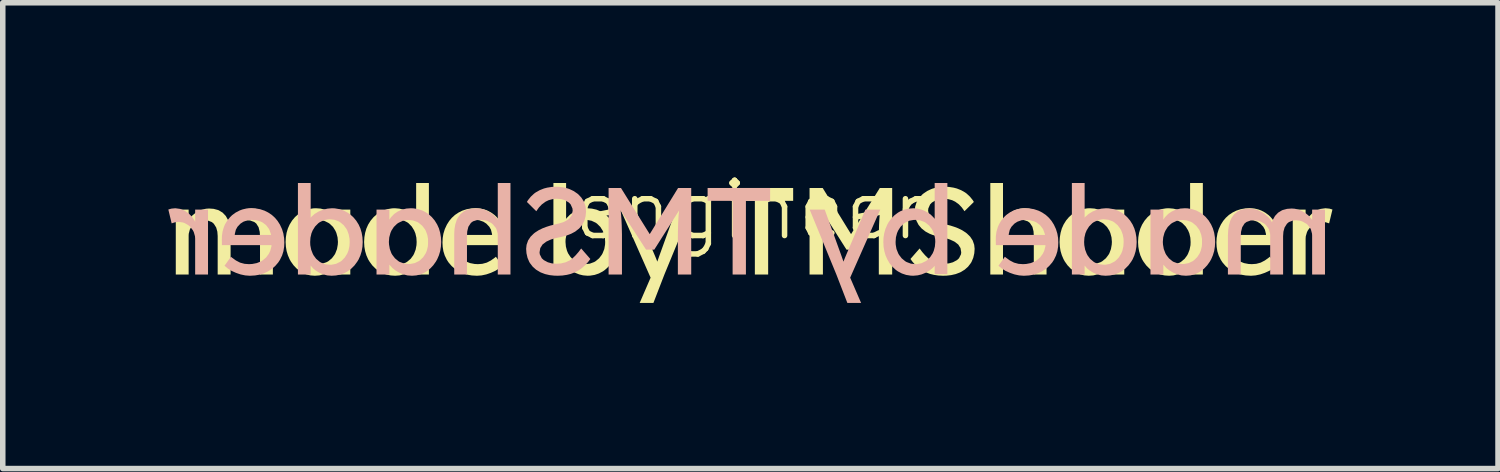
<source format=kicad_pcb>
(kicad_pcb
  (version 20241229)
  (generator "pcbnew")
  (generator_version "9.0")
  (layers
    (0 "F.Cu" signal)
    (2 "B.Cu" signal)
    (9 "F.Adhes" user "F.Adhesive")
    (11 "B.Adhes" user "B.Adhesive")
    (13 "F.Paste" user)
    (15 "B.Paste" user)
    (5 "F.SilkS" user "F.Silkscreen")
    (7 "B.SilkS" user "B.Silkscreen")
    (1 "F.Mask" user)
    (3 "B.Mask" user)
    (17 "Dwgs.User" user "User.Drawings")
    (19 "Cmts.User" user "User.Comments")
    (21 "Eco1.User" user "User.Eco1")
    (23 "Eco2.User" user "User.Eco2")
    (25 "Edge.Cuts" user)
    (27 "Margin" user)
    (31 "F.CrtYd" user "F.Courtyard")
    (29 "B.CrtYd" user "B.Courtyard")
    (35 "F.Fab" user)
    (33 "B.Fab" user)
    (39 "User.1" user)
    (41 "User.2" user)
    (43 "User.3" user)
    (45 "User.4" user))
  (footprint "engineer"
    (layer "F.Cu")
    (at 10.546 1.26)
    (property "Reference" "engineer" (at 0 -0.5 0) (unlocked yes) (layer "F.SilkS") (effects (font (size 1 1) (thickness 0.1))))
    (fp_poly (pts (xy 0.322 0.664) (xy 0.081 0.664) (xy 0.081 -0.671) (xy -0.358 -0.671) (xy -0.358 -0.904) (xy 0.775 -0.904) (xy 0.775 -0.671) (xy 0.322 -0.671)) (stroke (width 0) (type solid)) (fill yes) (layer "F.SilkS"))
    (fp_poly (pts (xy -1.717 0.353) (xy -1.69 0.421) (xy -1.687 0.432) (xy -1.687 0.431) (xy -1.66 0.355) (xy -1.654 0.337) (xy -1.347 -0.512) (xy -1.074 -0.512) (xy -1.558 0.664) (xy -1.757 1.179) (xy -2.006 1.179) (xy -1.808 0.721) (xy -2.353 -0.512) (xy -2.084 -0.512)) (stroke (width 0) (type solid)) (fill yes) (layer "F.SilkS"))
    (fp_poly (pts (xy 10.491 -0.53) (xy 10.546 -0.514) (xy 10.486 -0.263) (xy 10.426 -0.282) (xy 10.363 -0.29) (xy 10.282 -0.279) (xy 10.247 -0.266) (xy 10.178 -0.226) (xy 10.151 -0.202) (xy 10.102 -0.138) (xy 10.085 -0.105) (xy 10.063 -0.029) (xy 10.06 0.015) (xy 10.06 0.664) (xy 9.827 0.664) (xy 9.827 -0.512) (xy 10.06 -0.512) (xy 10.06 -0.288) (xy 10.068 -0.308) (xy 10.114 -0.378) (xy 10.121 -0.386) (xy 10.177 -0.442) (xy 10.244 -0.488) (xy 10.258 -0.496) (xy 10.332 -0.525) (xy 10.413 -0.536) (xy 10.418 -0.537)) (stroke (width 0) (type solid)) (fill yes) (layer "F.SilkS"))
    (fp_poly (pts (xy 1.824 -0.068) (xy 2.345 -0.904) (xy 2.569 -0.904) (xy 2.569 0.664) (xy 2.327 0.664) (xy 2.327 0.021) (xy 2.327 -0.065) (xy 2.329 -0.148) (xy 2.331 -0.226) (xy 2.335 -0.311) (xy 2.337 -0.341) (xy 2.343 -0.422) (xy 2.35 -0.497) (xy 1.89 0.214) (xy 1.742 0.214) (xy 1.292 -0.496) (xy 1.292 -0.491) (xy 1.301 -0.403) (xy 1.304 -0.354) (xy 1.309 -0.271) (xy 1.311 -0.193) (xy 1.313 -0.109) (xy 1.314 -0.019) (xy 1.314 0.021) (xy 1.314 0.664) (xy 1.072 0.664) (xy 1.072 -0.904) (xy 1.31 -0.904)) (stroke (width 0) (type solid)) (fill yes) (layer "F.SilkS"))
    (fp_poly (pts (xy 4.577 -0.328) (xy 4.62 -0.383) (xy 4.624 -0.388) (xy 4.686 -0.441) (xy 4.757 -0.484) (xy 4.779 -0.495) (xy 4.852 -0.522) (xy 4.933 -0.535) (xy 4.963 -0.537) (xy 5.042 -0.531) (xy 5.12 -0.514) (xy 5.187 -0.484) (xy 5.252 -0.432) (xy 5.299 -0.368) (xy 5.321 -0.324) (xy 5.347 -0.243) (xy 5.361 -0.159) (xy 5.366 -0.073) (xy 5.366 -0.053) (xy 5.366 0.664) (xy 5.135 0.664) (xy 5.135 -0.037) (xy 5.13 -0.119) (xy 5.111 -0.196) (xy 5.108 -0.204) (xy 5.063 -0.272) (xy 5.025 -0.3) (xy 4.949 -0.324) (xy 4.886 -0.326) (xy 4.807 -0.318) (xy 4.763 -0.305) (xy 4.693 -0.268) (xy 4.666 -0.245) (xy 4.615 -0.184) (xy 4.601 -0.157) (xy 4.579 -0.081) (xy 4.577 -0.048) (xy 4.577 0.664) (xy 4.463 0.664) (xy 4.405 0.664) (xy 4.347 0.664) (xy 4.347 -0.994) (xy 4.577 -0.994)) (stroke (width 0) (type solid)) (fill yes) (layer "F.SilkS"))
    (fp_poly (pts (xy -8.966 -0.527) (xy -8.885 -0.507) (xy -8.826 -0.478) (xy -8.763 -0.425) (xy -8.717 -0.36) (xy -8.696 -0.315) (xy -8.671 -0.233) (xy -8.658 -0.148) (xy -8.653 -0.062) (xy -8.652 -0.042) (xy -8.652 0.664) (xy -8.885 0.664) (xy -8.885 -0.028) (xy -8.89 -0.109) (xy -8.91 -0.189) (xy -8.911 -0.193) (xy -8.953 -0.26) (xy -8.989 -0.288) (xy -9.064 -0.315) (xy -9.121 -0.319) (xy -9.2 -0.31) (xy -9.238 -0.298) (xy -9.31 -0.259) (xy -9.334 -0.239) (xy -9.384 -0.175) (xy -9.396 -0.15) (xy -9.417 -0.073) (xy -9.418 -0.039) (xy -9.418 0.664) (xy -9.652 0.664) (xy -9.652 -0.033) (xy -9.658 -0.113) (xy -9.679 -0.188) (xy -9.722 -0.256) (xy -9.757 -0.286) (xy -9.83 -0.314) (xy -9.882 -0.319) (xy -9.961 -0.31) (xy -9.999 -0.298) (xy -10.069 -0.259) (xy -10.093 -0.24) (xy -10.143 -0.177) (xy -10.156 -0.152) (xy -10.176 -0.076) (xy -10.178 -0.044) (xy -10.178 0.664) (xy -10.411 0.664) (xy -10.411 -0.512) (xy -10.178 -0.512) (xy -10.178 -0.324) (xy -10.164 -0.346) (xy -10.111 -0.406) (xy -10.067 -0.442) (xy -10 -0.483) (xy -9.944 -0.508) (xy -9.864 -0.528) (xy -9.808 -0.532) (xy -9.725 -0.526) (xy -9.646 -0.505) (xy -9.631 -0.499) (xy -9.562 -0.457) (xy -9.506 -0.398) (xy -9.466 -0.327) (xy -9.451 -0.283) (xy -9.412 -0.345) (xy -9.386 -0.374) (xy -9.327 -0.428) (xy -9.287 -0.456) (xy -9.218 -0.493) (xy -9.168 -0.512) (xy -9.09 -0.529) (xy -9.044 -0.532)) (stroke (width 0) (type solid)) (fill yes) (layer "F.SilkS"))
    (fp_poly (pts (xy -7.789 -0.531) (xy -7.709 -0.511) (xy -7.704 -0.51) (xy -7.633 -0.477) (xy -7.571 -0.435) (xy -7.513 -0.376) (xy -7.482 -0.331) (xy -7.482 -0.512) (xy -7.249 -0.512) (xy -7.249 0.664) (xy -7.482 0.664) (xy -7.482 0.484) (xy -7.483 0.486) (xy -7.537 0.546) (xy -7.589 0.588) (xy -7.656 0.628) (xy -7.73 0.66) (xy -7.809 0.68) (xy -7.892 0.686) (xy -7.972 0.68) (xy -8.048 0.661) (xy -8.12 0.629) (xy -8.158 0.606) (xy -8.221 0.556) (xy -8.277 0.497) (xy -8.326 0.428) (xy -8.349 0.387) (xy -8.38 0.315) (xy -8.403 0.239) (xy -8.416 0.158) (xy -8.421 0.073) (xy -8.185 0.073) (xy -8.179 0.156) (xy -8.16 0.233) (xy -8.14 0.28) (xy -8.097 0.347) (xy -8.038 0.405) (xy -8.014 0.422) (xy -7.94 0.457) (xy -7.863 0.472) (xy -7.832 0.474) (xy -7.75 0.465) (xy -7.672 0.437) (xy -7.646 0.422) (xy -7.582 0.369) (xy -7.535 0.307) (xy -7.52 0.28) (xy -7.49 0.202) (xy -7.476 0.122) (xy -7.473 0.073) (xy -7.48 -0.01) (xy -7.502 -0.091) (xy -7.52 -0.131) (xy -7.562 -0.198) (xy -7.621 -0.255) (xy -7.646 -0.272) (xy -7.721 -0.308) (xy -7.799 -0.323) (xy -7.832 -0.324) (xy -7.911 -0.315) (xy -7.989 -0.287) (xy -8.014 -0.272) (xy -8.077 -0.22) (xy -8.128 -0.153) (xy -8.14 -0.131) (xy -8.169 -0.054) (xy -8.183 0.024) (xy -8.185 0.073) (xy -8.421 0.073) (xy -8.416 -0.013) (xy -8.403 -0.094) (xy -8.38 -0.171) (xy -8.348 -0.242) (xy -8.303 -0.315) (xy -8.25 -0.378) (xy -8.189 -0.432) (xy -8.151 -0.458) (xy -8.079 -0.496) (xy -8.001 -0.521) (xy -7.92 -0.535) (xy -7.872 -0.537)) (stroke (width 0) (type solid)) (fill yes) (layer "F.SilkS"))
    (fp_poly (pts (xy -5.825 0.664) (xy -6.056 0.664) (xy -6.056 0.501) (xy -6.097 0.55) (xy -6.142 0.588) (xy -6.21 0.63) (xy -6.278 0.66) (xy -6.357 0.68) (xy -6.436 0.686) (xy -6.515 0.681) (xy -6.598 0.664) (xy -6.676 0.634) (xy -6.724 0.607) (xy -6.791 0.558) (xy -6.85 0.499) (xy -6.9 0.431) (xy -6.925 0.39) (xy -6.957 0.318) (xy -6.98 0.242) (xy -6.994 0.161) (xy -6.999 0.075) (xy -6.763 0.075) (xy -6.758 0.153) (xy -6.74 0.232) (xy -6.718 0.286) (xy -6.675 0.356) (xy -6.62 0.412) (xy -6.591 0.433) (xy -6.516 0.47) (xy -6.437 0.486) (xy -6.405 0.487) (xy -6.323 0.478) (xy -6.245 0.449) (xy -6.219 0.433) (xy -6.155 0.379) (xy -6.108 0.315) (xy -6.093 0.286) (xy -6.065 0.213) (xy -6.05 0.132) (xy -6.047 0.075) (xy -6.052 -0.004) (xy -6.07 -0.082) (xy -6.093 -0.137) (xy -6.136 -0.206) (xy -6.195 -0.266) (xy -6.219 -0.283) (xy -6.294 -0.32) (xy -6.373 -0.336) (xy -6.405 -0.337) (xy -6.486 -0.328) (xy -6.565 -0.299) (xy -6.591 -0.283) (xy -6.655 -0.229) (xy -6.702 -0.165) (xy -6.718 -0.137) (xy -6.746 -0.063) (xy -6.761 0.017) (xy -6.763 0.075) (xy -6.999 0.075) (xy -6.994 -0.011) (xy -6.98 -0.092) (xy -6.958 -0.168) (xy -6.926 -0.24) (xy -6.881 -0.312) (xy -6.827 -0.376) (xy -6.765 -0.431) (xy -6.727 -0.457) (xy -6.654 -0.495) (xy -6.576 -0.521) (xy -6.492 -0.535) (xy -6.443 -0.537) (xy -6.362 -0.53) (xy -6.284 -0.512) (xy -6.274 -0.508) (xy -6.201 -0.478) (xy -6.131 -0.436) (xy -6.127 -0.433) (xy -6.066 -0.379) (xy -6.056 -0.365) (xy -6.056 -0.994) (xy -5.825 -0.994)) (stroke (width 0) (type solid)) (fill yes) (layer "F.SilkS"))
    (fp_poly (pts (xy -3.339 -0.344) (xy -3.325 -0.363) (xy -3.269 -0.42) (xy -3.228 -0.45) (xy -3.158 -0.489) (xy -3.099 -0.513) (xy -3.02 -0.532) (xy -2.957 -0.537) (xy -2.871 -0.53) (xy -2.79 -0.512) (xy -2.715 -0.481) (xy -2.675 -0.458) (xy -2.61 -0.409) (xy -2.553 -0.351) (xy -2.504 -0.283) (xy -2.481 -0.242) (xy -2.446 -0.161) (xy -2.425 -0.085) (xy -2.412 -0.003) (xy -2.409 0.073) (xy -2.413 0.159) (xy -2.427 0.24) (xy -2.449 0.317) (xy -2.48 0.388) (xy -2.523 0.462) (xy -2.576 0.526) (xy -2.636 0.581) (xy -2.673 0.607) (xy -2.745 0.645) (xy -2.822 0.671) (xy -2.903 0.684) (xy -2.951 0.686) (xy -3.031 0.679) (xy -3.102 0.662) (xy -3.178 0.631) (xy -3.239 0.596) (xy -3.302 0.546) (xy -3.339 0.507) (xy -3.339 0.657) (xy -3.569 0.657) (xy -3.569 0.073) (xy -3.35 0.073) (xy -3.343 0.156) (xy -3.323 0.233) (xy -3.303 0.28) (xy -3.259 0.347) (xy -3.2 0.406) (xy -3.175 0.423) (xy -3.1 0.459) (xy -3.021 0.475) (xy -2.989 0.476) (xy -2.909 0.467) (xy -2.831 0.438) (xy -2.805 0.423) (xy -2.741 0.37) (xy -2.693 0.307) (xy -2.678 0.28) (xy -2.647 0.202) (xy -2.633 0.122) (xy -2.631 0.073) (xy -2.637 -0.01) (xy -2.657 -0.086) (xy -2.677 -0.132) (xy -2.72 -0.2) (xy -2.779 -0.258) (xy -2.803 -0.275) (xy -2.878 -0.31) (xy -2.957 -0.325) (xy -2.989 -0.326) (xy -3.071 -0.318) (xy -3.149 -0.29) (xy -3.175 -0.275) (xy -3.239 -0.222) (xy -3.287 -0.16) (xy -3.303 -0.132) (xy -3.333 -0.055) (xy -3.348 0.024) (xy -3.35 0.073) (xy -3.569 0.073) (xy -3.569 -0.994) (xy -3.339 -0.994)) (stroke (width 0) (type solid)) (fill yes) (layer "F.SilkS"))
    (fp_poly (pts (xy 6.234 -0.531) (xy 6.314 -0.511) (xy 6.319 -0.51) (xy 6.39 -0.477) (xy 6.452 -0.435) (xy 6.51 -0.376) (xy 6.541 -0.331) (xy 6.541 -0.512) (xy 6.774 -0.512) (xy 6.774 0.664) (xy 6.541 0.664) (xy 6.541 0.484) (xy 6.54 0.486) (xy 6.486 0.546) (xy 6.434 0.588) (xy 6.367 0.628) (xy 6.293 0.66) (xy 6.214 0.68) (xy 6.131 0.686) (xy 6.051 0.68) (xy 5.975 0.661) (xy 5.903 0.629) (xy 5.865 0.606) (xy 5.802 0.556) (xy 5.746 0.497) (xy 5.697 0.428) (xy 5.674 0.387) (xy 5.643 0.315) (xy 5.62 0.239) (xy 5.607 0.158) (xy 5.602 0.073) (xy 5.838 0.073) (xy 5.844 0.156) (xy 5.863 0.233) (xy 5.883 0.28) (xy 5.926 0.347) (xy 5.985 0.405) (xy 6.009 0.422) (xy 6.083 0.457) (xy 6.16 0.472) (xy 6.191 0.474) (xy 6.273 0.465) (xy 6.352 0.437) (xy 6.377 0.422) (xy 6.441 0.369) (xy 6.488 0.307) (xy 6.504 0.28) (xy 6.533 0.202) (xy 6.547 0.122) (xy 6.55 0.073) (xy 6.543 -0.01) (xy 6.521 -0.091) (xy 6.504 -0.131) (xy 6.461 -0.198) (xy 6.402 -0.255) (xy 6.377 -0.272) (xy 6.302 -0.308) (xy 6.224 -0.323) (xy 6.191 -0.324) (xy 6.112 -0.315) (xy 6.034 -0.287) (xy 6.009 -0.272) (xy 5.946 -0.22) (xy 5.895 -0.153) (xy 5.883 -0.131) (xy 5.854 -0.054) (xy 5.84 0.024) (xy 5.838 0.073) (xy 5.602 0.073) (xy 5.607 -0.013) (xy 5.621 -0.094) (xy 5.643 -0.171) (xy 5.675 -0.242) (xy 5.72 -0.315) (xy 5.773 -0.378) (xy 5.834 -0.432) (xy 5.872 -0.458) (xy 5.944 -0.496) (xy 6.022 -0.521) (xy 6.103 -0.535) (xy 6.151 -0.537)) (stroke (width 0) (type solid)) (fill yes) (layer "F.SilkS"))
    (fp_poly (pts (xy 8.198 0.664) (xy 7.967 0.664) (xy 7.967 0.501) (xy 7.926 0.55) (xy 7.881 0.588) (xy 7.813 0.63) (xy 7.745 0.66) (xy 7.666 0.68) (xy 7.587 0.686) (xy 7.508 0.681) (xy 7.425 0.664) (xy 7.347 0.634) (xy 7.299 0.607) (xy 7.232 0.558) (xy 7.173 0.499) (xy 7.123 0.431) (xy 7.098 0.39) (xy 7.066 0.318) (xy 7.043 0.242) (xy 7.029 0.161) (xy 7.024 0.075) (xy 7.26 0.075) (xy 7.265 0.153) (xy 7.283 0.232) (xy 7.305 0.286) (xy 7.349 0.356) (xy 7.403 0.412) (xy 7.432 0.433) (xy 7.507 0.47) (xy 7.586 0.486) (xy 7.618 0.487) (xy 7.7 0.478) (xy 7.778 0.449) (xy 7.804 0.433) (xy 7.868 0.379) (xy 7.915 0.315) (xy 7.93 0.286) (xy 7.958 0.213) (xy 7.974 0.132) (xy 7.976 0.075) (xy 7.971 -0.004) (xy 7.953 -0.082) (xy 7.93 -0.137) (xy 7.887 -0.206) (xy 7.828 -0.266) (xy 7.804 -0.283) (xy 7.729 -0.32) (xy 7.65 -0.336) (xy 7.618 -0.337) (xy 7.537 -0.328) (xy 7.458 -0.299) (xy 7.432 -0.283) (xy 7.368 -0.229) (xy 7.321 -0.165) (xy 7.305 -0.137) (xy 7.278 -0.063) (xy 7.263 0.017) (xy 7.26 0.075) (xy 7.024 0.075) (xy 7.029 -0.011) (xy 7.043 -0.092) (xy 7.065 -0.168) (xy 7.097 -0.24) (xy 7.142 -0.312) (xy 7.196 -0.376) (xy 7.258 -0.431) (xy 7.296 -0.457) (xy 7.369 -0.495) (xy 7.447 -0.521) (xy 7.531 -0.535) (xy 7.58 -0.537) (xy 7.661 -0.53) (xy 7.739 -0.512) (xy 7.749 -0.508) (xy 7.822 -0.478) (xy 7.892 -0.436) (xy 7.896 -0.433) (xy 7.957 -0.379) (xy 7.967 -0.365) (xy 7.967 -0.994) (xy 8.198 -0.994)) (stroke (width 0) (type solid)) (fill yes) (layer "F.SilkS"))
    (fp_poly (pts (xy -4.895 -0.533) (xy -4.816 -0.514) (xy -4.766 -0.495) (xy -4.696 -0.458) (xy -4.633 -0.412) (xy -4.595 -0.375) (xy -4.545 -0.314) (xy -4.504 -0.245) (xy -4.483 -0.195) (xy -4.459 -0.114) (xy -4.448 -0.035) (xy -4.446 0.032) (xy -4.448 0.131) (xy -5.346 0.131) (xy -5.345 0.154) (xy -5.324 0.233) (xy -5.299 0.286) (xy -5.25 0.353) (xy -5.187 0.407) (xy -5.154 0.427) (xy -5.079 0.457) (xy -4.996 0.473) (xy -4.936 0.476) (xy -4.857 0.47) (xy -4.779 0.449) (xy -4.774 0.447) (xy -4.701 0.409) (xy -4.633 0.36) (xy -4.611 0.342) (xy -4.495 0.505) (xy -4.555 0.555) (xy -4.621 0.597) (xy -4.626 0.599) (xy -4.701 0.633) (xy -4.779 0.66) (xy -4.79 0.663) (xy -4.87 0.68) (xy -4.948 0.686) (xy -4.959 0.686) (xy -5.047 0.681) (xy -5.13 0.667) (xy -5.208 0.643) (xy -5.28 0.609) (xy -5.347 0.567) (xy -5.412 0.511) (xy -5.468 0.446) (xy -5.5 0.397) (xy -5.538 0.319) (xy -5.562 0.243) (xy -5.575 0.163) (xy -5.579 0.088) (xy -5.575 0.004) (xy -5.566 -0.053) (xy -5.338 -0.053) (xy -4.681 -0.053) (xy -4.681 -0.068) (xy -4.7 -0.147) (xy -4.73 -0.201) (xy -4.785 -0.259) (xy -4.838 -0.293) (xy -4.915 -0.32) (xy -4.979 -0.326) (xy -5.058 -0.321) (xy -5.139 -0.3) (xy -5.183 -0.28) (xy -5.247 -0.232) (xy -5.297 -0.167) (xy -5.308 -0.146) (xy -5.336 -0.067) (xy -5.338 -0.053) (xy -5.566 -0.053) (xy -5.562 -0.076) (xy -5.537 -0.158) (xy -5.534 -0.165) (xy -5.499 -0.24) (xy -5.456 -0.308) (xy -5.41 -0.363) (xy -5.352 -0.416) (xy -5.286 -0.46) (xy -5.22 -0.493) (xy -5.141 -0.519) (xy -5.058 -0.534) (xy -4.979 -0.539)) (stroke (width 0) (type solid)) (fill yes) (layer "F.SilkS"))
    (fp_poly (pts (xy 9.128 -0.533) (xy 9.207 -0.514) (xy 9.257 -0.495) (xy 9.327 -0.458) (xy 9.39 -0.412) (xy 9.428 -0.375) (xy 9.478 -0.314) (xy 9.519 -0.245) (xy 9.54 -0.195) (xy 9.564 -0.114) (xy 9.575 -0.035) (xy 9.577 0.032) (xy 9.575 0.131) (xy 8.677 0.131) (xy 8.678 0.154) (xy 8.699 0.233) (xy 8.724 0.286) (xy 8.773 0.353) (xy 8.836 0.407) (xy 8.869 0.427) (xy 8.944 0.457) (xy 9.027 0.473) (xy 9.087 0.476) (xy 9.166 0.47) (xy 9.244 0.449) (xy 9.249 0.447) (xy 9.322 0.409) (xy 9.39 0.36) (xy 9.412 0.342) (xy 9.528 0.505) (xy 9.468 0.555) (xy 9.402 0.597) (xy 9.397 0.599) (xy 9.322 0.633) (xy 9.244 0.66) (xy 9.233 0.663) (xy 9.153 0.68) (xy 9.075 0.686) (xy 9.064 0.686) (xy 8.976 0.681) (xy 8.893 0.667) (xy 8.815 0.643) (xy 8.743 0.609) (xy 8.677 0.567) (xy 8.611 0.511) (xy 8.555 0.446) (xy 8.523 0.397) (xy 8.485 0.319) (xy 8.461 0.243) (xy 8.448 0.163) (xy 8.444 0.088) (xy 8.448 0.004) (xy 8.458 -0.053) (xy 8.685 -0.053) (xy 9.342 -0.053) (xy 9.342 -0.068) (xy 9.323 -0.147) (xy 9.293 -0.201) (xy 9.238 -0.259) (xy 9.185 -0.293) (xy 9.109 -0.32) (xy 9.044 -0.326) (xy 8.965 -0.321) (xy 8.884 -0.3) (xy 8.84 -0.28) (xy 8.776 -0.232) (xy 8.726 -0.167) (xy 8.715 -0.146) (xy 8.687 -0.067) (xy 8.685 -0.053) (xy 8.458 -0.053) (xy 8.461 -0.076) (xy 8.486 -0.158) (xy 8.489 -0.165) (xy 8.524 -0.24) (xy 8.567 -0.308) (xy 8.613 -0.363) (xy 8.671 -0.416) (xy 8.737 -0.46) (xy 8.803 -0.493) (xy 8.882 -0.519) (xy 8.965 -0.534) (xy 9.044 -0.539)) (stroke (width 0) (type solid)) (fill yes) (layer "F.SilkS"))
    (fp_poly (pts (xy 3.599 -0.923) (xy 3.682 -0.91) (xy 3.74 -0.895) (xy 3.818 -0.864) (xy 3.889 -0.824) (xy 3.919 -0.802) (xy 3.978 -0.747) (xy 4.029 -0.684) (xy 4.049 -0.651) (xy 3.879 -0.483) (xy 3.831 -0.551) (xy 3.778 -0.607) (xy 3.711 -0.656) (xy 3.655 -0.683) (xy 3.576 -0.704) (xy 3.511 -0.709) (xy 3.43 -0.702) (xy 3.359 -0.682) (xy 3.289 -0.64) (xy 3.257 -0.607) (xy 3.224 -0.533) (xy 3.22 -0.494) (xy 3.235 -0.415) (xy 3.238 -0.408) (xy 3.286 -0.344) (xy 3.293 -0.338) (xy 3.363 -0.297) (xy 3.392 -0.284) (xy 3.471 -0.26) (xy 3.543 -0.243) (xy 3.624 -0.223) (xy 3.699 -0.199) (xy 3.762 -0.175) (xy 3.836 -0.139) (xy 3.904 -0.095) (xy 3.926 -0.077) (xy 3.982 -0.022) (xy 4.026 0.044) (xy 4.028 0.048) (xy 4.055 0.125) (xy 4.063 0.198) (xy 4.057 0.279) (xy 4.038 0.362) (xy 4.006 0.437) (xy 3.993 0.458) (xy 3.944 0.522) (xy 3.883 0.576) (xy 3.811 0.62) (xy 3.796 0.627) (xy 3.72 0.656) (xy 3.637 0.675) (xy 3.556 0.684) (xy 3.491 0.686) (xy 3.406 0.682) (xy 3.325 0.67) (xy 3.255 0.653) (xy 3.176 0.623) (xy 3.103 0.583) (xy 3.058 0.551) (xy 2.994 0.495) (xy 2.94 0.436) (xy 2.9 0.382) (xy 3.066 0.192) (xy 3.113 0.255) (xy 3.167 0.317) (xy 3.225 0.373) (xy 3.276 0.409) (xy 3.35 0.443) (xy 3.433 0.463) (xy 3.516 0.469) (xy 3.597 0.462) (xy 3.67 0.442) (xy 3.743 0.403) (xy 3.78 0.369) (xy 3.816 0.297) (xy 3.82 0.261) (xy 3.807 0.185) (xy 3.766 0.12) (xy 3.702 0.071) (xy 3.694 0.066) (xy 3.62 0.032) (xy 3.592 0.022) (xy 3.517 0.002) (xy 3.458 -0.01) (xy 3.378 -0.029) (xy 3.3 -0.054) (xy 3.247 -0.075) (xy 3.174 -0.114) (xy 3.109 -0.165) (xy 3.097 -0.176) (xy 3.047 -0.236) (xy 3.009 -0.309) (xy 3.007 -0.314) (xy 2.986 -0.39) (xy 2.978 -0.469) (xy 2.978 -0.487) (xy 2.986 -0.567) (xy 3.01 -0.642) (xy 3.02 -0.662) (xy 3.062 -0.729) (xy 3.116 -0.787) (xy 3.134 -0.802) (xy 3.203 -0.849) (xy 3.275 -0.883) (xy 3.305 -0.894) (xy 3.381 -0.914) (xy 3.462 -0.924) (xy 3.518 -0.927)) (stroke (width 0) (type solid)) (fill yes) (layer "F.SilkS"))
    (fp_poly (pts (xy -0.322 0.664) (xy -0.081 0.664) (xy -0.081 -0.671) (xy 0.358 -0.671) (xy 0.358 -0.904) (xy -0.775 -0.904) (xy -0.775 -0.671) (xy -0.322 -0.671)) (stroke (width 0) (type solid)) (fill yes) (layer "B.SilkS"))
    (fp_poly (pts (xy 1.717 0.353) (xy 1.69 0.421) (xy 1.687 0.432) (xy 1.687 0.431) (xy 1.66 0.355) (xy 1.654 0.337) (xy 1.347 -0.512) (xy 1.074 -0.512) (xy 1.558 0.664) (xy 1.757 1.179) (xy 2.006 1.179) (xy 1.808 0.721) (xy 2.353 -0.512) (xy 2.084 -0.512)) (stroke (width 0) (type solid)) (fill yes) (layer "B.SilkS"))
    (fp_poly (pts (xy -10.491 -0.53) (xy -10.546 -0.514) (xy -10.486 -0.263) (xy -10.426 -0.282) (xy -10.363 -0.29) (xy -10.282 -0.279) (xy -10.247 -0.266) (xy -10.178 -0.226) (xy -10.151 -0.202) (xy -10.102 -0.138) (xy -10.085 -0.105) (xy -10.063 -0.029) (xy -10.06 0.015) (xy -10.06 0.664) (xy -9.827 0.664) (xy -9.827 -0.512) (xy -10.06 -0.512) (xy -10.06 -0.288) (xy -10.068 -0.308) (xy -10.114 -0.378) (xy -10.121 -0.386) (xy -10.177 -0.442) (xy -10.244 -0.488) (xy -10.258 -0.496) (xy -10.332 -0.525) (xy -10.413 -0.536) (xy -10.418 -0.537)) (stroke (width 0) (type solid)) (fill yes) (layer "B.SilkS"))
    (fp_poly (pts (xy -1.824 -0.068) (xy -2.345 -0.904) (xy -2.569 -0.904) (xy -2.569 0.664) (xy -2.327 0.664) (xy -2.327 0.021) (xy -2.327 -0.065) (xy -2.329 -0.148) (xy -2.331 -0.226) (xy -2.335 -0.311) (xy -2.337 -0.341) (xy -2.343 -0.422) (xy -2.35 -0.497) (xy -1.89 0.214) (xy -1.742 0.214) (xy -1.292 -0.496) (xy -1.292 -0.491) (xy -1.301 -0.403) (xy -1.304 -0.354) (xy -1.309 -0.271) (xy -1.311 -0.193) (xy -1.313 -0.109) (xy -1.314 -0.019) (xy -1.314 0.021) (xy -1.314 0.664) (xy -1.072 0.664) (xy -1.072 -0.904) (xy -1.31 -0.904)) (stroke (width 0) (type solid)) (fill yes) (layer "B.SilkS"))
    (fp_poly (pts (xy -4.577 -0.328) (xy -4.62 -0.383) (xy -4.624 -0.388) (xy -4.686 -0.441) (xy -4.757 -0.484) (xy -4.779 -0.495) (xy -4.852 -0.522) (xy -4.933 -0.535) (xy -4.963 -0.537) (xy -5.042 -0.531) (xy -5.12 -0.514) (xy -5.187 -0.484) (xy -5.252 -0.432) (xy -5.299 -0.368) (xy -5.321 -0.324) (xy -5.347 -0.243) (xy -5.361 -0.159) (xy -5.366 -0.073) (xy -5.366 -0.053) (xy -5.366 0.664) (xy -5.135 0.664) (xy -5.135 -0.037) (xy -5.13 -0.119) (xy -5.111 -0.196) (xy -5.108 -0.204) (xy -5.063 -0.272) (xy -5.025 -0.3) (xy -4.949 -0.324) (xy -4.886 -0.326) (xy -4.807 -0.318) (xy -4.763 -0.305) (xy -4.693 -0.268) (xy -4.666 -0.245) (xy -4.615 -0.184) (xy -4.601 -0.157) (xy -4.579 -0.081) (xy -4.577 -0.048) (xy -4.577 0.664) (xy -4.463 0.664) (xy -4.405 0.664) (xy -4.347 0.664) (xy -4.347 -0.994) (xy -4.577 -0.994)) (stroke (width 0) (type solid)) (fill yes) (layer "B.SilkS"))
    (fp_poly (pts (xy 8.966 -0.527) (xy 8.885 -0.507) (xy 8.826 -0.478) (xy 8.763 -0.425) (xy 8.717 -0.36) (xy 8.696 -0.315) (xy 8.671 -0.233) (xy 8.658 -0.148) (xy 8.653 -0.062) (xy 8.652 -0.042) (xy 8.652 0.664) (xy 8.885 0.664) (xy 8.885 -0.028) (xy 8.89 -0.109) (xy 8.91 -0.189) (xy 8.911 -0.193) (xy 8.953 -0.26) (xy 8.989 -0.288) (xy 9.064 -0.315) (xy 9.121 -0.319) (xy 9.2 -0.31) (xy 9.238 -0.298) (xy 9.31 -0.259) (xy 9.334 -0.239) (xy 9.384 -0.175) (xy 9.396 -0.15) (xy 9.417 -0.073) (xy 9.418 -0.039) (xy 9.418 0.664) (xy 9.652 0.664) (xy 9.652 -0.033) (xy 9.658 -0.113) (xy 9.679 -0.188) (xy 9.722 -0.256) (xy 9.757 -0.286) (xy 9.83 -0.314) (xy 9.882 -0.319) (xy 9.961 -0.31) (xy 9.999 -0.298) (xy 10.069 -0.259) (xy 10.093 -0.24) (xy 10.143 -0.177) (xy 10.156 -0.152) (xy 10.176 -0.076) (xy 10.178 -0.044) (xy 10.178 0.664) (xy 10.411 0.664) (xy 10.411 -0.512) (xy 10.178 -0.512) (xy 10.178 -0.324) (xy 10.164 -0.346) (xy 10.111 -0.406) (xy 10.067 -0.442) (xy 10 -0.483) (xy 9.944 -0.508) (xy 9.864 -0.528) (xy 9.808 -0.532) (xy 9.725 -0.526) (xy 9.646 -0.505) (xy 9.631 -0.499) (xy 9.562 -0.457) (xy 9.506 -0.398) (xy 9.466 -0.327) (xy 9.451 -0.283) (xy 9.412 -0.345) (xy 9.386 -0.374) (xy 9.327 -0.428) (xy 9.287 -0.456) (xy 9.218 -0.493) (xy 9.168 -0.512) (xy 9.09 -0.529) (xy 9.044 -0.532)) (stroke (width 0) (type solid)) (fill yes) (layer "B.SilkS"))
    (fp_poly (pts (xy -8.198 0.664) (xy -7.967 0.664) (xy -7.967 0.501) (xy -7.926 0.55) (xy -7.881 0.588) (xy -7.813 0.63) (xy -7.745 0.66) (xy -7.666 0.68) (xy -7.587 0.686) (xy -7.508 0.681) (xy -7.425 0.664) (xy -7.347 0.634) (xy -7.299 0.607) (xy -7.232 0.558) (xy -7.173 0.499) (xy -7.123 0.431) (xy -7.098 0.39) (xy -7.066 0.318) (xy -7.043 0.242) (xy -7.029 0.161) (xy -7.024 0.075) (xy -7.26 0.075) (xy -7.265 0.153) (xy -7.283 0.232) (xy -7.305 0.286) (xy -7.349 0.356) (xy -7.403 0.412) (xy -7.432 0.433) (xy -7.507 0.47) (xy -7.586 0.486) (xy -7.618 0.487) (xy -7.7 0.478) (xy -7.778 0.449) (xy -7.804 0.433) (xy -7.868 0.379) (xy -7.915 0.315) (xy -7.93 0.286) (xy -7.958 0.213) (xy -7.974 0.132) (xy -7.976 0.075) (xy -7.971 -0.004) (xy -7.953 -0.082) (xy -7.93 -0.137) (xy -7.887 -0.206) (xy -7.828 -0.266) (xy -7.804 -0.283) (xy -7.729 -0.32) (xy -7.65 -0.336) (xy -7.618 -0.337) (xy -7.537 -0.328) (xy -7.458 -0.299) (xy -7.432 -0.283) (xy -7.368 -0.229) (xy -7.321 -0.165) (xy -7.305 -0.137) (xy -7.278 -0.063) (xy -7.263 0.017) (xy -7.26 0.075) (xy -7.024 0.075) (xy -7.029 -0.011) (xy -7.043 -0.092) (xy -7.065 -0.168) (xy -7.097 -0.24) (xy -7.142 -0.312) (xy -7.196 -0.376) (xy -7.258 -0.431) (xy -7.296 -0.457) (xy -7.369 -0.495) (xy -7.447 -0.521) (xy -7.531 -0.535) (xy -7.58 -0.537) (xy -7.661 -0.53) (xy -7.739 -0.512) (xy -7.749 -0.508) (xy -7.822 -0.478) (xy -7.892 -0.436) (xy -7.896 -0.433) (xy -7.957 -0.379) (xy -7.967 -0.365) (xy -7.967 -0.994) (xy -8.198 -0.994)) (stroke (width 0) (type solid)) (fill yes) (layer "B.SilkS"))
    (fp_poly (pts (xy -6.234 -0.531) (xy -6.314 -0.511) (xy -6.319 -0.51) (xy -6.39 -0.477) (xy -6.452 -0.435) (xy -6.51 -0.376) (xy -6.541 -0.331) (xy -6.541 -0.512) (xy -6.774 -0.512) (xy -6.774 0.664) (xy -6.541 0.664) (xy -6.541 0.484) (xy -6.54 0.486) (xy -6.486 0.546) (xy -6.434 0.588) (xy -6.367 0.628) (xy -6.293 0.66) (xy -6.214 0.68) (xy -6.131 0.686) (xy -6.051 0.68) (xy -5.975 0.661) (xy -5.903 0.629) (xy -5.865 0.606) (xy -5.802 0.556) (xy -5.746 0.497) (xy -5.697 0.428) (xy -5.674 0.387) (xy -5.643 0.315) (xy -5.62 0.239) (xy -5.607 0.158) (xy -5.602 0.073) (xy -5.838 0.073) (xy -5.844 0.156) (xy -5.863 0.233) (xy -5.883 0.28) (xy -5.926 0.347) (xy -5.985 0.405) (xy -6.009 0.422) (xy -6.083 0.457) (xy -6.16 0.472) (xy -6.191 0.474) (xy -6.273 0.465) (xy -6.352 0.437) (xy -6.377 0.422) (xy -6.441 0.369) (xy -6.488 0.307) (xy -6.504 0.28) (xy -6.533 0.202) (xy -6.547 0.122) (xy -6.55 0.073) (xy -6.543 -0.01) (xy -6.521 -0.091) (xy -6.504 -0.131) (xy -6.461 -0.198) (xy -6.402 -0.255) (xy -6.377 -0.272) (xy -6.302 -0.308) (xy -6.224 -0.323) (xy -6.191 -0.324) (xy -6.112 -0.315) (xy -6.034 -0.287) (xy -6.009 -0.272) (xy -5.946 -0.22) (xy -5.895 -0.153) (xy -5.883 -0.131) (xy -5.854 -0.054) (xy -5.84 0.024) (xy -5.838 0.073) (xy -5.602 0.073) (xy -5.607 -0.013) (xy -5.621 -0.094) (xy -5.643 -0.171) (xy -5.675 -0.242) (xy -5.72 -0.315) (xy -5.773 -0.378) (xy -5.834 -0.432) (xy -5.872 -0.458) (xy -5.944 -0.496) (xy -6.022 -0.521) (xy -6.103 -0.535) (xy -6.151 -0.537)) (stroke (width 0) (type solid)) (fill yes) (layer "B.SilkS"))
    (fp_poly (pts (xy 3.339 -0.344) (xy 3.325 -0.363) (xy 3.269 -0.42) (xy 3.228 -0.45) (xy 3.158 -0.489) (xy 3.099 -0.513) (xy 3.02 -0.532) (xy 2.957 -0.537) (xy 2.871 -0.53) (xy 2.79 -0.512) (xy 2.715 -0.481) (xy 2.675 -0.458) (xy 2.61 -0.409) (xy 2.553 -0.351) (xy 2.504 -0.283) (xy 2.481 -0.242) (xy 2.446 -0.161) (xy 2.425 -0.085) (xy 2.412 -0.003) (xy 2.409 0.073) (xy 2.413 0.159) (xy 2.427 0.24) (xy 2.449 0.317) (xy 2.48 0.388) (xy 2.523 0.462) (xy 2.576 0.526) (xy 2.636 0.581) (xy 2.673 0.607) (xy 2.745 0.645) (xy 2.822 0.671) (xy 2.903 0.684) (xy 2.951 0.686) (xy 3.031 0.679) (xy 3.102 0.662) (xy 3.178 0.631) (xy 3.239 0.596) (xy 3.302 0.546) (xy 3.339 0.507) (xy 3.339 0.657) (xy 3.569 0.657) (xy 3.569 0.073) (xy 3.35 0.073) (xy 3.343 0.156) (xy 3.323 0.233) (xy 3.303 0.28) (xy 3.259 0.347) (xy 3.2 0.406) (xy 3.175 0.423) (xy 3.1 0.459) (xy 3.021 0.475) (xy 2.989 0.476) (xy 2.909 0.467) (xy 2.831 0.438) (xy 2.805 0.423) (xy 2.741 0.37) (xy 2.693 0.307) (xy 2.678 0.28) (xy 2.647 0.202) (xy 2.633 0.122) (xy 2.631 0.073) (xy 2.637 -0.01) (xy 2.657 -0.086) (xy 2.677 -0.132) (xy 2.72 -0.2) (xy 2.779 -0.258) (xy 2.803 -0.275) (xy 2.878 -0.31) (xy 2.957 -0.325) (xy 2.989 -0.326) (xy 3.071 -0.318) (xy 3.149 -0.29) (xy 3.175 -0.275) (xy 3.239 -0.222) (xy 3.287 -0.16) (xy 3.303 -0.132) (xy 3.333 -0.055) (xy 3.348 0.024) (xy 3.35 0.073) (xy 3.569 0.073) (xy 3.569 -0.994) (xy 3.339 -0.994)) (stroke (width 0) (type solid)) (fill yes) (layer "B.SilkS"))
    (fp_poly (pts (xy 5.825 0.664) (xy 6.056 0.664) (xy 6.056 0.501) (xy 6.097 0.55) (xy 6.142 0.588) (xy 6.21 0.63) (xy 6.278 0.66) (xy 6.357 0.68) (xy 6.436 0.686) (xy 6.515 0.681) (xy 6.598 0.664) (xy 6.676 0.634) (xy 6.724 0.607) (xy 6.791 0.558) (xy 6.85 0.499) (xy 6.9 0.431) (xy 6.925 0.39) (xy 6.957 0.318) (xy 6.98 0.242) (xy 6.994 0.161) (xy 6.999 0.075) (xy 6.763 0.075) (xy 6.758 0.153) (xy 6.74 0.232) (xy 6.718 0.286) (xy 6.675 0.356) (xy 6.62 0.412) (xy 6.591 0.433) (xy 6.516 0.47) (xy 6.437 0.486) (xy 6.405 0.487) (xy 6.323 0.478) (xy 6.245 0.449) (xy 6.219 0.433) (xy 6.155 0.379) (xy 6.108 0.315) (xy 6.093 0.286) (xy 6.065 0.213) (xy 6.05 0.132) (xy 6.047 0.075) (xy 6.052 -0.004) (xy 6.07 -0.082) (xy 6.093 -0.137) (xy 6.136 -0.206) (xy 6.195 -0.266) (xy 6.219 -0.283) (xy 6.294 -0.32) (xy 6.373 -0.336) (xy 6.405 -0.337) (xy 6.486 -0.328) (xy 6.565 -0.299) (xy 6.591 -0.283) (xy 6.655 -0.229) (xy 6.702 -0.165) (xy 6.718 -0.137) (xy 6.746 -0.063) (xy 6.761 0.017) (xy 6.763 0.075) (xy 6.999 0.075) (xy 6.994 -0.011) (xy 6.98 -0.092) (xy 6.958 -0.168) (xy 6.926 -0.24) (xy 6.881 -0.312) (xy 6.827 -0.376) (xy 6.765 -0.431) (xy 6.727 -0.457) (xy 6.654 -0.495) (xy 6.576 -0.521) (xy 6.492 -0.535) (xy 6.443 -0.537) (xy 6.362 -0.53) (xy 6.284 -0.512) (xy 6.274 -0.508) (xy 6.201 -0.478) (xy 6.131 -0.436) (xy 6.127 -0.433) (xy 6.066 -0.379) (xy 6.056 -0.365) (xy 6.056 -0.994) (xy 5.825 -0.994)) (stroke (width 0) (type solid)) (fill yes) (layer "B.SilkS"))
    (fp_poly (pts (xy 7.789 -0.531) (xy 7.709 -0.511) (xy 7.704 -0.51) (xy 7.633 -0.477) (xy 7.571 -0.435) (xy 7.513 -0.376) (xy 7.482 -0.331) (xy 7.482 -0.512) (xy 7.249 -0.512) (xy 7.249 0.664) (xy 7.482 0.664) (xy 7.482 0.484) (xy 7.483 0.486) (xy 7.537 0.546) (xy 7.589 0.588) (xy 7.656 0.628) (xy 7.73 0.66) (xy 7.809 0.68) (xy 7.892 0.686) (xy 7.972 0.68) (xy 8.048 0.661) (xy 8.12 0.629) (xy 8.158 0.606) (xy 8.221 0.556) (xy 8.277 0.497) (xy 8.326 0.428) (xy 8.349 0.387) (xy 8.38 0.315) (xy 8.403 0.239) (xy 8.416 0.158) (xy 8.421 0.073) (xy 8.185 0.073) (xy 8.179 0.156) (xy 8.16 0.233) (xy 8.14 0.28) (xy 8.097 0.347) (xy 8.038 0.405) (xy 8.014 0.422) (xy 7.94 0.457) (xy 7.863 0.472) (xy 7.832 0.474) (xy 7.75 0.465) (xy 7.672 0.437) (xy 7.646 0.422) (xy 7.582 0.369) (xy 7.535 0.307) (xy 7.52 0.28) (xy 7.49 0.202) (xy 7.476 0.122) (xy 7.473 0.073) (xy 7.48 -0.01) (xy 7.502 -0.091) (xy 7.52 -0.131) (xy 7.562 -0.198) (xy 7.621 -0.255) (xy 7.646 -0.272) (xy 7.721 -0.308) (xy 7.799 -0.323) (xy 7.832 -0.324) (xy 7.911 -0.315) (xy 7.989 -0.287) (xy 8.014 -0.272) (xy 8.077 -0.22) (xy 8.128 -0.153) (xy 8.14 -0.131) (xy 8.169 -0.054) (xy 8.183 0.024) (xy 8.185 0.073) (xy 8.421 0.073) (xy 8.416 -0.013) (xy 8.403 -0.094) (xy 8.38 -0.171) (xy 8.348 -0.242) (xy 8.303 -0.315) (xy 8.25 -0.378) (xy 8.189 -0.432) (xy 8.151 -0.458) (xy 8.079 -0.496) (xy 8.001 -0.521) (xy 7.92 -0.535) (xy 7.872 -0.537)) (stroke (width 0) (type solid)) (fill yes) (layer "B.SilkS"))
    (fp_poly (pts (xy -9.128 -0.533) (xy -9.207 -0.514) (xy -9.257 -0.495) (xy -9.327 -0.458) (xy -9.39 -0.412) (xy -9.428 -0.375) (xy -9.478 -0.314) (xy -9.519 -0.245) (xy -9.54 -0.195) (xy -9.564 -0.114) (xy -9.575 -0.035) (xy -9.577 0.032) (xy -9.575 0.131) (xy -8.677 0.131) (xy -8.678 0.154) (xy -8.699 0.233) (xy -8.724 0.286) (xy -8.773 0.353) (xy -8.836 0.407) (xy -8.869 0.427) (xy -8.944 0.457) (xy -9.027 0.473) (xy -9.087 0.476) (xy -9.166 0.47) (xy -9.244 0.449) (xy -9.249 0.447) (xy -9.322 0.409) (xy -9.39 0.36) (xy -9.412 0.342) (xy -9.528 0.505) (xy -9.468 0.555) (xy -9.402 0.597) (xy -9.397 0.599) (xy -9.322 0.633) (xy -9.244 0.66) (xy -9.233 0.663) (xy -9.153 0.68) (xy -9.075 0.686) (xy -9.064 0.686) (xy -8.976 0.681) (xy -8.893 0.667) (xy -8.815 0.643) (xy -8.743 0.609) (xy -8.677 0.567) (xy -8.611 0.511) (xy -8.555 0.446) (xy -8.523 0.397) (xy -8.485 0.319) (xy -8.461 0.243) (xy -8.448 0.163) (xy -8.444 0.088) (xy -8.448 0.004) (xy -8.458 -0.053) (xy -8.685 -0.053) (xy -9.342 -0.053) (xy -9.342 -0.068) (xy -9.323 -0.147) (xy -9.293 -0.201) (xy -9.238 -0.259) (xy -9.185 -0.293) (xy -9.109 -0.32) (xy -9.044 -0.326) (xy -8.965 -0.321) (xy -8.884 -0.3) (xy -8.84 -0.28) (xy -8.776 -0.232) (xy -8.726 -0.167) (xy -8.715 -0.146) (xy -8.687 -0.067) (xy -8.685 -0.053) (xy -8.458 -0.053) (xy -8.461 -0.076) (xy -8.486 -0.158) (xy -8.489 -0.165) (xy -8.524 -0.24) (xy -8.567 -0.308) (xy -8.613 -0.363) (xy -8.671 -0.416) (xy -8.737 -0.46) (xy -8.803 -0.493) (xy -8.882 -0.519) (xy -8.965 -0.534) (xy -9.044 -0.539)) (stroke (width 0) (type solid)) (fill yes) (layer "B.SilkS"))
    (fp_poly (pts (xy 4.895 -0.533) (xy 4.816 -0.514) (xy 4.766 -0.495) (xy 4.696 -0.458) (xy 4.633 -0.412) (xy 4.595 -0.375) (xy 4.545 -0.314) (xy 4.504 -0.245) (xy 4.483 -0.195) (xy 4.459 -0.114) (xy 4.448 -0.035) (xy 4.446 0.032) (xy 4.448 0.131) (xy 5.346 0.131) (xy 5.345 0.154) (xy 5.324 0.233) (xy 5.299 0.286) (xy 5.25 0.353) (xy 5.187 0.407) (xy 5.154 0.427) (xy 5.079 0.457) (xy 4.996 0.473) (xy 4.936 0.476) (xy 4.857 0.47) (xy 4.779 0.449) (xy 4.774 0.447) (xy 4.701 0.409) (xy 4.633 0.36) (xy 4.611 0.342) (xy 4.495 0.505) (xy 4.555 0.555) (xy 4.621 0.597) (xy 4.626 0.599) (xy 4.701 0.633) (xy 4.779 0.66) (xy 4.79 0.663) (xy 4.87 0.68) (xy 4.948 0.686) (xy 4.959 0.686) (xy 5.047 0.681) (xy 5.13 0.667) (xy 5.208 0.643) (xy 5.28 0.609) (xy 5.347 0.567) (xy 5.412 0.511) (xy 5.468 0.446) (xy 5.5 0.397) (xy 5.538 0.319) (xy 5.562 0.243) (xy 5.575 0.163) (xy 5.579 0.088) (xy 5.575 0.004) (xy 5.566 -0.053) (xy 5.338 -0.053) (xy 4.681 -0.053) (xy 4.681 -0.068) (xy 4.7 -0.147) (xy 4.73 -0.201) (xy 4.785 -0.259) (xy 4.838 -0.293) (xy 4.915 -0.32) (xy 4.979 -0.326) (xy 5.058 -0.321) (xy 5.139 -0.3) (xy 5.183 -0.28) (xy 5.247 -0.232) (xy 5.297 -0.167) (xy 5.308 -0.146) (xy 5.336 -0.067) (xy 5.338 -0.053) (xy 5.566 -0.053) (xy 5.562 -0.076) (xy 5.537 -0.158) (xy 5.534 -0.165) (xy 5.499 -0.24) (xy 5.456 -0.308) (xy 5.41 -0.363) (xy 5.352 -0.416) (xy 5.286 -0.46) (xy 5.22 -0.493) (xy 5.141 -0.519) (xy 5.058 -0.534) (xy 4.979 -0.539)) (stroke (width 0) (type solid)) (fill yes) (layer "B.SilkS"))
    (fp_poly (pts (xy -3.599 -0.923) (xy -3.682 -0.91) (xy -3.74 -0.895) (xy -3.818 -0.864) (xy -3.889 -0.824) (xy -3.919 -0.802) (xy -3.978 -0.747) (xy -4.029 -0.684) (xy -4.049 -0.651) (xy -3.879 -0.483) (xy -3.831 -0.551) (xy -3.778 -0.607) (xy -3.711 -0.656) (xy -3.655 -0.683) (xy -3.576 -0.704) (xy -3.511 -0.709) (xy -3.43 -0.702) (xy -3.359 -0.682) (xy -3.289 -0.64) (xy -3.257 -0.607) (xy -3.224 -0.533) (xy -3.22 -0.494) (xy -3.235 -0.415) (xy -3.238 -0.408) (xy -3.286 -0.344) (xy -3.293 -0.338) (xy -3.363 -0.297) (xy -3.392 -0.284) (xy -3.471 -0.26) (xy -3.543 -0.243) (xy -3.624 -0.223) (xy -3.699 -0.199) (xy -3.762 -0.175) (xy -3.836 -0.139) (xy -3.904 -0.095) (xy -3.926 -0.077) (xy -3.982 -0.022) (xy -4.026 0.044) (xy -4.028 0.048) (xy -4.055 0.125) (xy -4.063 0.198) (xy -4.057 0.279) (xy -4.038 0.362) (xy -4.006 0.437) (xy -3.993 0.458) (xy -3.944 0.522) (xy -3.883 0.576) (xy -3.811 0.62) (xy -3.796 0.627) (xy -3.72 0.656) (xy -3.637 0.675) (xy -3.556 0.684) (xy -3.491 0.686) (xy -3.406 0.682) (xy -3.325 0.67) (xy -3.255 0.653) (xy -3.176 0.623) (xy -3.103 0.583) (xy -3.058 0.551) (xy -2.994 0.495) (xy -2.94 0.436) (xy -2.9 0.382) (xy -3.066 0.192) (xy -3.113 0.255) (xy -3.167 0.317) (xy -3.225 0.373) (xy -3.276 0.409) (xy -3.35 0.443) (xy -3.433 0.463) (xy -3.516 0.469) (xy -3.597 0.462) (xy -3.67 0.442) (xy -3.743 0.403) (xy -3.78 0.369) (xy -3.816 0.297) (xy -3.82 0.261) (xy -3.807 0.185) (xy -3.766 0.12) (xy -3.702 0.071) (xy -3.694 0.066) (xy -3.62 0.032) (xy -3.592 0.022) (xy -3.517 0.002) (xy -3.458 -0.01) (xy -3.378 -0.029) (xy -3.3 -0.054) (xy -3.247 -0.075) (xy -3.174 -0.114) (xy -3.109 -0.165) (xy -3.097 -0.176) (xy -3.047 -0.236) (xy -3.009 -0.309) (xy -3.007 -0.314) (xy -2.986 -0.39) (xy -2.978 -0.469) (xy -2.978 -0.487) (xy -2.986 -0.567) (xy -3.01 -0.642) (xy -3.02 -0.662) (xy -3.062 -0.729) (xy -3.116 -0.787) (xy -3.134 -0.802) (xy -3.203 -0.849) (xy -3.275 -0.883) (xy -3.305 -0.894) (xy -3.381 -0.914) (xy -3.462 -0.924) (xy -3.518 -0.927)) (stroke (width 0) (type solid)) (fill yes) (layer "B.SilkS")))
  (gr_rect
    (start -3 -3)
    (end 24.092 5.44)
    (stroke (width 0.1) (type default))
    (fill no)
    (layer "Edge.Cuts")))
</source>
